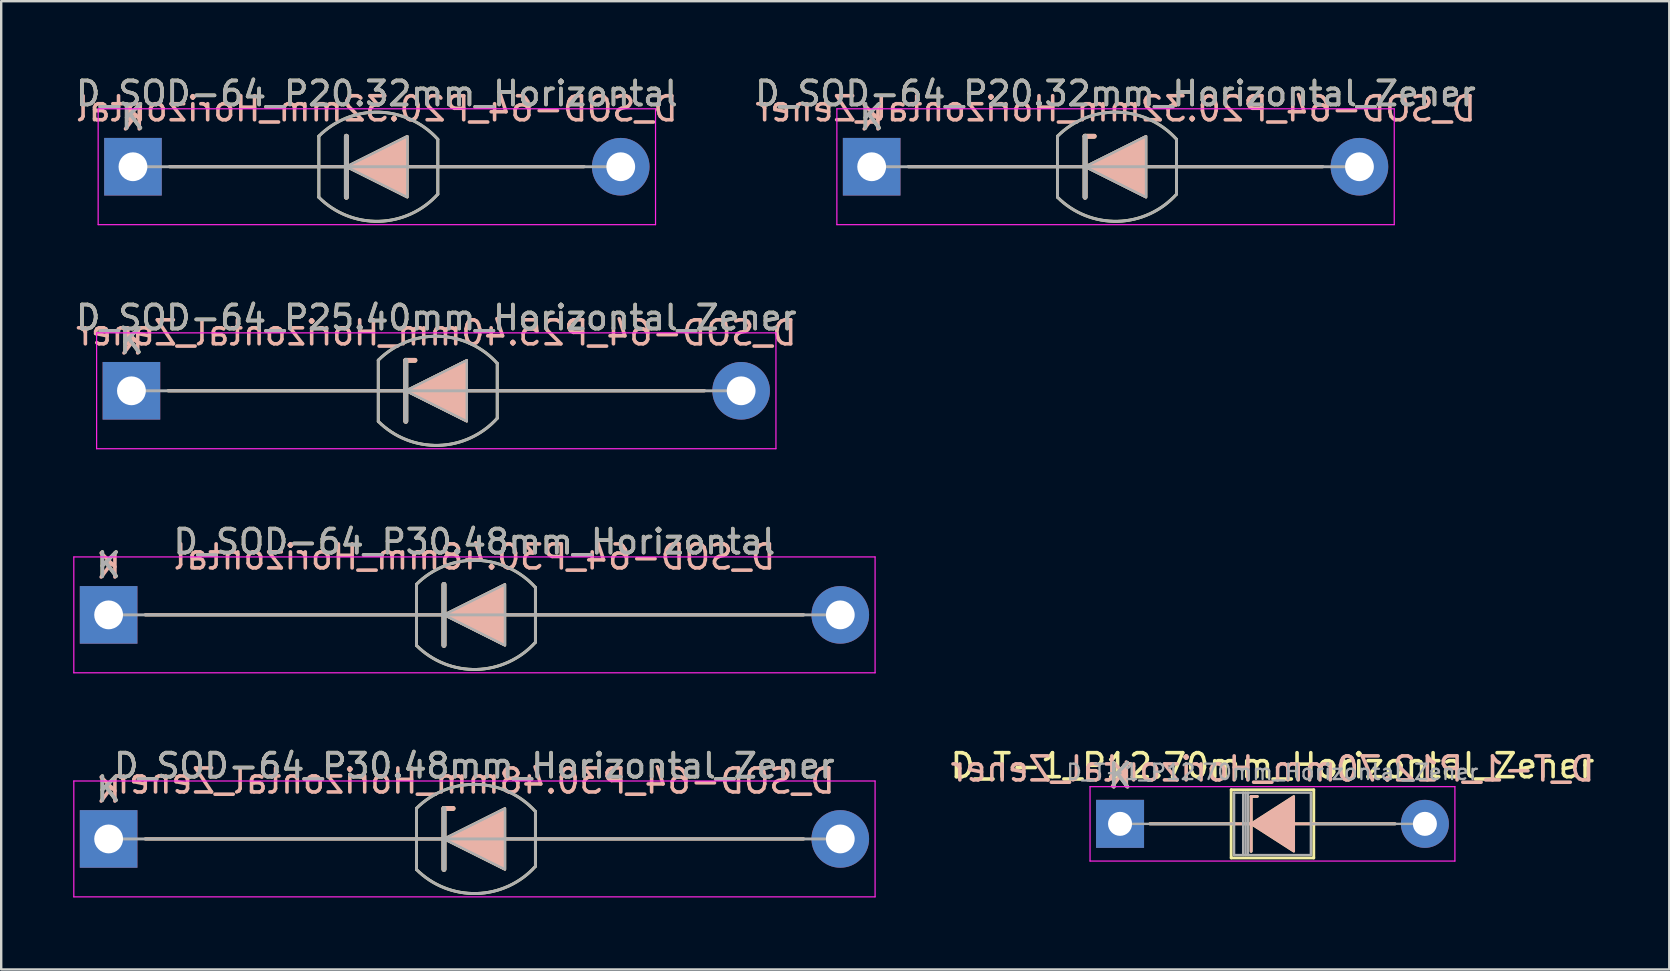
<source format=kicad_pcb>
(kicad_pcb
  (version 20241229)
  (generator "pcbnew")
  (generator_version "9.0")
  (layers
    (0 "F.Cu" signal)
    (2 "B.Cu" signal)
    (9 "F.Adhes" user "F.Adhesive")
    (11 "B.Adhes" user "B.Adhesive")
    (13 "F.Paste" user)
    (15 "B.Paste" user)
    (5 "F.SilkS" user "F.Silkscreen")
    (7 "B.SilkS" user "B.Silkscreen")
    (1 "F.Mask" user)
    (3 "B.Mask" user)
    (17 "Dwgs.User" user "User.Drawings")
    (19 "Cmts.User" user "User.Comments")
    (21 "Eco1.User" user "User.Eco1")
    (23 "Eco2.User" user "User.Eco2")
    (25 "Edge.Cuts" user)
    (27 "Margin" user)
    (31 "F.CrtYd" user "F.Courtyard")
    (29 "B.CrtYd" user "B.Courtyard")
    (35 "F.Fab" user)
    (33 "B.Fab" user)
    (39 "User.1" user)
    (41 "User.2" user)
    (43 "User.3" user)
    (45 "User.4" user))
  (footprint "D_T-1_P12.70mm_Horizontal_Zener"
    (layer "F.Cu")
    (at 43.61 31.271)
    (property "Reference" "D_T-1_P12.70mm_Horizontal_Zener" (at 6.35 -2.42 0) (layer "F.SilkS") (effects (font (size 1 1) (thickness 0.15))))
    (fp_line (start 1.24 0) (end 4.63 0) (stroke (width 0.12) (type solid)) (layer "F.SilkS"))
    (fp_line (start 4.63 -1.42) (end 4.63 1.42) (stroke (width 0.12) (type solid)) (layer "F.SilkS"))
    (fp_line (start 4.63 1.42) (end 8.07 1.42) (stroke (width 0.12) (type solid)) (layer "F.SilkS"))
    (fp_line (start 5.461 -1.143) (end 5.461 1.143) (stroke (width 0.12) (type solid)) (layer "F.SilkS"))
    (fp_line (start 5.461 -1.143) (end 5.715 -1.143) (stroke (width 0.12) (type solid)) (layer "F.SilkS"))
    (fp_line (start 5.588 0) (end 4.63 0) (stroke (width 0.12) (type solid)) (layer "F.SilkS"))
    (fp_line (start 7.239 0) (end 8.07 0) (stroke (width 0.12) (type solid)) (layer "F.SilkS"))
    (fp_line (start 8.07 -1.42) (end 4.63 -1.42) (stroke (width 0.12) (type solid)) (layer "F.SilkS"))
    (fp_line (start 8.07 1.42) (end 8.07 -1.42) (stroke (width 0.12) (type solid)) (layer "F.SilkS"))
    (fp_line (start 11.46 0) (end 8.07 0) (stroke (width 0.12) (type solid)) (layer "F.SilkS"))
    (fp_poly (pts (xy 7.239 1.143) (xy 5.461 0) (xy 7.239 -1.143)) (stroke (width 0.1) (type solid)) (fill yes) (layer "F.SilkS"))
    (fp_line (start 1.24 0) (end 4.63 0) (stroke (width 0.12) (type solid)) (layer "B.SilkS"))
    (fp_line (start 5.461 -1.143) (end 5.715 -1.143) (stroke (width 0.12) (type solid)) (layer "B.SilkS"))
    (fp_line (start 5.461 1.143) (end 5.461 -1.143) (stroke (width 0.12) (type solid)) (layer "B.SilkS"))
    (fp_line (start 5.588 0) (end 4.63 0) (stroke (width 0.12) (type solid)) (layer "B.SilkS"))
    (fp_line (start 7.239 0) (end 8.07 0) (stroke (width 0.12) (type solid)) (layer "B.SilkS"))
    (fp_line (start 11.46 0) (end 8.07 0) (stroke (width 0.12) (type solid)) (layer "B.SilkS"))
    (fp_poly (pts (xy 7.239 -1.143) (xy 5.461 0) (xy 7.239 1.143)) (stroke (width 0.1) (type solid)) (fill yes) (layer "B.SilkS"))
    (fp_line (start -1.25 -1.55) (end -1.25 1.55) (stroke (width 0.05) (type solid)) (layer "F.CrtYd"))
    (fp_line (start -1.25 1.55) (end 13.95 1.55) (stroke (width 0.05) (type solid)) (layer "F.CrtYd"))
    (fp_line (start 13.95 -1.55) (end -1.25 -1.55) (stroke (width 0.05) (type solid)) (layer "F.CrtYd"))
    (fp_line (start 13.95 1.55) (end 13.95 -1.55) (stroke (width 0.05) (type solid)) (layer "F.CrtYd"))
    (fp_line (start 0 0) (end 4.75 0) (stroke (width 0.1) (type solid)) (layer "F.Fab"))
    (fp_line (start 4.75 -1.3) (end 4.75 1.3) (stroke (width 0.1) (type solid)) (layer "F.Fab"))
    (fp_line (start 4.75 1.3) (end 7.95 1.3) (stroke (width 0.1) (type solid)) (layer "F.Fab"))
    (fp_line (start 5.13 -1.3) (end 5.13 1.3) (stroke (width 0.1) (type solid)) (layer "F.Fab"))
    (fp_line (start 5.23 -1.3) (end 5.23 1.3) (stroke (width 0.1) (type solid)) (layer "F.Fab"))
    (fp_line (start 5.33 -1.3) (end 5.33 1.3) (stroke (width 0.1) (type solid)) (layer "F.Fab"))
    (fp_line (start 7.95 -1.3) (end 4.75 -1.3) (stroke (width 0.1) (type solid)) (layer "F.Fab"))
    (fp_line (start 7.95 1.3) (end 7.95 -1.3) (stroke (width 0.1) (type solid)) (layer "F.Fab"))
    (fp_line (start 12.7 0) (end 7.95 0) (stroke (width 0.1) (type solid)) (layer "F.Fab"))
    (fp_text user "K" (at 0 -2 0) (layer "F.SilkS") (effects (font (size 1 1) (thickness 0.15))))
    (fp_text user "${REFERENCE}" (at 6.35 -2.286 0) (layer "B.SilkS") (effects (font (size 1 1) (thickness 0.15)) (justify mirror)))
    (fp_text user "K" (at 0 -2.032 0) (layer "B.SilkS") (effects (font (size 1 1) (thickness 0.15)) (justify mirror)))
    (fp_text user "K" (at 0 -2 0) (layer "F.Fab") (effects (font (size 1 1) (thickness 0.15))))
    (fp_text user "${REFERENCE}" (at 6.35 -2.159 0) (layer "F.Fab") (effects (font (size 0.64 0.64) (thickness 0.096))))
    (pad "1" thru_hole rect (at 0 0) (size 2 2) (drill 1) (layers "*.Cu" "*.Mask"))
    (pad "2" thru_hole oval (at 12.7 0) (size 2 2) (drill 1) (layers "*.Cu" "*.Mask")))
  (footprint "D_SOD-64_P30.48mm_Horizontal_Zener"
    (layer "F.Cu")
    (at 1.475 31.899)
    (property "Reference" "D_SOD-64_P30.48mm_Horizontal_Zener" (at 15.24 -3.048 0) (layer "F.SilkS") (effects (font (size 1 1) (thickness 0.15))))
    (fp_line (start 1.524 0) (end 28.956 0) (stroke (width 0.12) (type solid)) (layer "F.SilkS"))
    (fp_line (start 12.824 1.27) (end 12.824 -1.273) (stroke (width 0.12) (type solid)) (layer "F.SilkS"))
    (fp_line (start 13.97 -1.27) (end 14.351 -1.27) (stroke (width 0.2) (type solid)) (layer "F.SilkS"))
    (fp_line (start 13.97 1.27) (end 13.97 -1.27) (stroke (width 0.2) (type solid)) (layer "F.SilkS"))
    (fp_line (start 17.78 -1.143) (end 17.78 1.143) (stroke (width 0.12) (type solid)) (layer "F.SilkS"))
    (fp_arc (start 12.82366 -1.27334) (mid 15.329833 -2.273039) (end 17.779998 -1.143) (stroke (width 0.12) (type solid)) (layer "F.SilkS"))
    (fp_arc (start 17.78 1.143) (mid 15.330216 2.273029) (end 12.824202 1.273879) (stroke (width 0.12) (type solid)) (layer "F.SilkS"))
    (fp_poly (pts (xy 16.51 1.27) (xy 13.97 0) (xy 16.51 -1.27)) (stroke (width 0.1) (type solid)) (fill yes) (layer "F.SilkS"))
    (fp_line (start 1.524 0) (end 28.956 0) (stroke (width 0.12) (type solid)) (layer "B.SilkS"))
    (fp_line (start 13.97 -1.27) (end 13.97 1.27) (stroke (width 0.2) (type solid)) (layer "B.SilkS"))
    (fp_line (start 13.97 -1.27) (end 14.351 -1.27) (stroke (width 0.2) (type solid)) (layer "B.SilkS"))
    (fp_poly (pts (xy 16.51 -1.27) (xy 13.97 0) (xy 16.51 1.27)) (stroke (width 0.1) (type solid)) (fill yes) (layer "B.SilkS"))
    (fp_line (start -1.45 -2.413) (end -1.45 2.413) (stroke (width 0.05) (type solid)) (layer "F.CrtYd"))
    (fp_line (start -1.45 2.413) (end 31.93 2.413) (stroke (width 0.05) (type solid)) (layer "F.CrtYd"))
    (fp_line (start 31.93 -2.413) (end -1.45 -2.413) (stroke (width 0.05) (type solid)) (layer "F.CrtYd"))
    (fp_line (start 31.93 2.413) (end 31.93 -2.413) (stroke (width 0.05) (type solid)) (layer "F.CrtYd"))
    (fp_line (start 0 0) (end 30.48 0) (stroke (width 0.12) (type solid)) (layer "F.Fab"))
    (fp_line (start 12.824 1.274) (end 12.824 -1.273) (stroke (width 0.12) (type solid)) (layer "F.Fab"))
    (fp_line (start 13.97 1.27) (end 13.97 -1.27) (stroke (width 0.2) (type solid)) (layer "F.Fab"))
    (fp_line (start 17.78 -1.143) (end 17.78 1.143) (stroke (width 0.12) (type solid)) (layer "F.Fab"))
    (fp_arc (start 12.8242 -1.273879) (mid 15.330214 -2.273029) (end 17.779998 -1.143) (stroke (width 0.12) (type solid)) (layer "F.Fab"))
    (fp_arc (start 17.78 1.143) (mid 15.330216 2.273029) (end 12.824202 1.273879) (stroke (width 0.12) (type solid)) (layer "F.Fab"))
    (fp_poly (pts (xy 16.51 1.27) (xy 13.97 0) (xy 16.51 -1.27)) (stroke (width 0.1) (type solid)) (fill no) (layer "F.Fab"))
    (fp_text user "K" (at 0 -2.073 0) (layer "F.SilkS") (effects (font (size 1 1) (thickness 0.15))))
    (fp_text user "${REFERENCE}" (at 15.24 -2.413 0) (layer "B.SilkS") (effects (font (size 1 1) (thickness 0.15)) (justify mirror)))
    (fp_text user "K" (at 0 -2.032 0) (layer "B.SilkS") (effects (font (size 1 1) (thickness 0.15)) (justify mirror)))
    (fp_text user "K" (at 0 -2.073 0) (layer "F.Fab") (effects (font (size 1 1) (thickness 0.15))))
    (fp_text user "${REFERENCE}" (at 15.24 -3.048 0) (layer "F.Fab") (effects (font (size 1 1) (thickness 0.15))))
    (pad "1" thru_hole rect (at 0 0) (size 2.4 2.4) (drill 1.2) (layers "*.Cu" "*.Mask"))
    (pad "2" thru_hole oval (at 30.48 0) (size 2.4 2.4) (drill 1.2) (layers "*.Cu" "*.Mask")))
  (footprint "D_SOD-64_P30.48mm_Horizontal"
    (layer "F.Cu")
    (at 1.475 22.565)
    (property "Reference" "D_SOD-64_P30.48mm_Horizontal" (at 15.24 -3.048 0) (layer "F.SilkS") (effects (font (size 1 1) (thickness 0.15))))
    (fp_line (start 1.524 0) (end 28.956 0) (stroke (width 0.12) (type solid)) (layer "F.SilkS"))
    (fp_line (start 12.824 1.27) (end 12.824 -1.273) (stroke (width 0.12) (type solid)) (layer "F.SilkS"))
    (fp_line (start 13.97 1.27) (end 13.97 -1.27) (stroke (width 0.2) (type solid)) (layer "F.SilkS"))
    (fp_line (start 17.78 -1.143) (end 17.78 1.143) (stroke (width 0.12) (type solid)) (layer "F.SilkS"))
    (fp_arc (start 12.82366 -1.27334) (mid 15.329833 -2.273039) (end 17.779998 -1.143) (stroke (width 0.12) (type solid)) (layer "F.SilkS"))
    (fp_arc (start 17.78 1.143) (mid 15.330216 2.273029) (end 12.824202 1.273879) (stroke (width 0.12) (type solid)) (layer "F.SilkS"))
    (fp_poly (pts (xy 16.51 1.27) (xy 13.97 0) (xy 16.51 -1.27)) (stroke (width 0.1) (type solid)) (fill yes) (layer "F.SilkS"))
    (fp_line (start 1.524 0) (end 28.956 0) (stroke (width 0.12) (type solid)) (layer "B.SilkS"))
    (fp_line (start 13.97 -1.27) (end 13.97 1.27) (stroke (width 0.2) (type solid)) (layer "B.SilkS"))
    (fp_poly (pts (xy 16.51 -1.27) (xy 13.97 0) (xy 16.51 1.27)) (stroke (width 0.1) (type solid)) (fill yes) (layer "B.SilkS"))
    (fp_line (start -1.45 -2.413) (end -1.45 2.413) (stroke (width 0.05) (type solid)) (layer "F.CrtYd"))
    (fp_line (start -1.45 2.413) (end 31.93 2.413) (stroke (width 0.05) (type solid)) (layer "F.CrtYd"))
    (fp_line (start 31.93 -2.413) (end -1.45 -2.413) (stroke (width 0.05) (type solid)) (layer "F.CrtYd"))
    (fp_line (start 31.93 2.413) (end 31.93 -2.413) (stroke (width 0.05) (type solid)) (layer "F.CrtYd"))
    (fp_line (start 0 0) (end 30.48 0) (stroke (width 0.12) (type solid)) (layer "F.Fab"))
    (fp_line (start 12.824 1.274) (end 12.824 -1.273) (stroke (width 0.12) (type solid)) (layer "F.Fab"))
    (fp_line (start 13.97 1.27) (end 13.97 -1.27) (stroke (width 0.2) (type solid)) (layer "F.Fab"))
    (fp_line (start 17.78 -1.143) (end 17.78 1.143) (stroke (width 0.12) (type solid)) (layer "F.Fab"))
    (fp_arc (start 12.8242 -1.273879) (mid 15.330214 -2.273029) (end 17.779998 -1.143) (stroke (width 0.12) (type solid)) (layer "F.Fab"))
    (fp_arc (start 17.78 1.143) (mid 15.330216 2.273029) (end 12.824202 1.273879) (stroke (width 0.12) (type solid)) (layer "F.Fab"))
    (fp_poly (pts (xy 16.51 1.27) (xy 13.97 0) (xy 16.51 -1.27)) (stroke (width 0.1) (type solid)) (fill no) (layer "F.Fab"))
    (fp_text user "K" (at 0 -2.073 0) (layer "F.SilkS") (effects (font (size 1 1) (thickness 0.15))))
    (fp_text user "${REFERENCE}" (at 15.24 -2.413 0) (layer "B.SilkS") (effects (font (size 1 1) (thickness 0.15)) (justify mirror)))
    (fp_text user "K" (at 0 -2.032 0) (layer "B.SilkS") (effects (font (size 1 1) (thickness 0.15)) (justify mirror)))
    (fp_text user "${REFERENCE}" (at 15.24 -3.048 0) (layer "F.Fab") (effects (font (size 1 1) (thickness 0.15))))
    (fp_text user "K" (at 0 -2.073 0) (layer "F.Fab") (effects (font (size 1 1) (thickness 0.15))))
    (pad "1" thru_hole rect (at 0 0) (size 2.4 2.4) (drill 1.2) (layers "*.Cu" "*.Mask"))
    (pad "2" thru_hole oval (at 30.48 0) (size 2.4 2.4) (drill 1.2) (layers "*.Cu" "*.Mask")))
  (footprint "D_SOD-64_P20.32mm_Horizontal"
    (layer "F.Cu")
    (at 2.489 3.896)
    (property "Reference" "D_SOD-64_P20.32mm_Horizontal" (at 10.16 -3.048 0) (layer "F.SilkS") (effects (font (size 1 1) (thickness 0.15))))
    (fp_line (start 1.524 0) (end 18.796 0) (stroke (width 0.12) (type solid)) (layer "F.SilkS"))
    (fp_line (start 7.744 1.27) (end 7.744 -1.273) (stroke (width 0.12) (type solid)) (layer "F.SilkS"))
    (fp_line (start 8.89 1.27) (end 8.89 -1.27) (stroke (width 0.2) (type solid)) (layer "F.SilkS"))
    (fp_line (start 12.7 -1.143) (end 12.7 1.143) (stroke (width 0.12) (type solid)) (layer "F.SilkS"))
    (fp_arc (start 7.74366 -1.27334) (mid 10.249833 -2.273039) (end 12.699998 -1.143) (stroke (width 0.12) (type solid)) (layer "F.SilkS"))
    (fp_arc (start 12.7 1.143) (mid 10.250216 2.273029) (end 7.744202 1.273879) (stroke (width 0.12) (type solid)) (layer "F.SilkS"))
    (fp_poly (pts (xy 11.43 1.27) (xy 8.89 0) (xy 11.43 -1.27)) (stroke (width 0.1) (type solid)) (fill yes) (layer "F.SilkS"))
    (fp_line (start 1.524 0) (end 18.796 0) (stroke (width 0.12) (type solid)) (layer "B.SilkS"))
    (fp_line (start 8.89 -1.27) (end 8.89 1.27) (stroke (width 0.2) (type solid)) (layer "B.SilkS"))
    (fp_poly (pts (xy 11.43 -1.27) (xy 8.89 0) (xy 11.43 1.27)) (stroke (width 0.1) (type solid)) (fill yes) (layer "B.SilkS"))
    (fp_line (start -1.45 -2.413) (end -1.45 2.413) (stroke (width 0.05) (type solid)) (layer "F.CrtYd"))
    (fp_line (start -1.45 2.413) (end 21.77 2.413) (stroke (width 0.05) (type solid)) (layer "F.CrtYd"))
    (fp_line (start 21.77 -2.413) (end -1.45 -2.413) (stroke (width 0.05) (type solid)) (layer "F.CrtYd"))
    (fp_line (start 21.77 2.413) (end 21.77 -2.413) (stroke (width 0.05) (type solid)) (layer "F.CrtYd"))
    (fp_line (start 0 0) (end 20.32 0) (stroke (width 0.12) (type solid)) (layer "F.Fab"))
    (fp_line (start 7.744 1.274) (end 7.744 -1.273) (stroke (width 0.12) (type solid)) (layer "F.Fab"))
    (fp_line (start 8.89 1.27) (end 8.89 -1.27) (stroke (width 0.2) (type solid)) (layer "F.Fab"))
    (fp_line (start 12.7 -1.143) (end 12.7 1.143) (stroke (width 0.12) (type solid)) (layer "F.Fab"))
    (fp_arc (start 7.7442 -1.273879) (mid 10.250214 -2.273029) (end 12.699998 -1.143) (stroke (width 0.12) (type solid)) (layer "F.Fab"))
    (fp_arc (start 12.7 1.143) (mid 10.250216 2.273029) (end 7.744202 1.273879) (stroke (width 0.12) (type solid)) (layer "F.Fab"))
    (fp_poly (pts (xy 11.43 1.27) (xy 8.89 0) (xy 11.43 -1.27)) (stroke (width 0.1) (type solid)) (fill no) (layer "F.Fab"))
    (fp_text user "K" (at 0 -2.073 0) (layer "F.SilkS") (effects (font (size 1 1) (thickness 0.15))))
    (fp_text user "K" (at 0 -2.032 0) (layer "B.SilkS") (effects (font (size 1 1) (thickness 0.15)) (justify mirror)))
    (fp_text user "${REFERENCE}" (at 10.16 -2.413 0) (layer "B.SilkS") (effects (font (size 1 1) (thickness 0.15)) (justify mirror)))
    (fp_text user "K" (at 0 -2.073 0) (layer "F.Fab") (effects (font (size 1 1) (thickness 0.15))))
    (fp_text user "${REFERENCE}" (at 10.16 -3.048 0) (layer "F.Fab") (effects (font (size 1 1) (thickness 0.15))))
    (pad "1" thru_hole rect (at 0 0) (size 2.4 2.4) (drill 1.2) (layers "*.Cu" "*.Mask"))
    (pad "2" thru_hole oval (at 20.32 0) (size 2.4 2.4) (drill 1.2) (layers "*.Cu" "*.Mask")))
  (footprint "D_SOD-64_P25.40mm_Horizontal_Zener"
    (layer "F.Cu")
    (at 2.425 13.23)
    (property "Reference" "D_SOD-64_P25.40mm_Horizontal_Zener" (at 12.7 -3.048 0) (layer "F.SilkS") (effects (font (size 1 1) (thickness 0.15))))
    (fp_line (start 1.524 0) (end 23.876 0) (stroke (width 0.12) (type solid)) (layer "F.SilkS"))
    (fp_line (start 10.284 1.27) (end 10.284 -1.273) (stroke (width 0.12) (type solid)) (layer "F.SilkS"))
    (fp_line (start 11.43 -1.27) (end 11.811 -1.27) (stroke (width 0.2) (type solid)) (layer "F.SilkS"))
    (fp_line (start 11.43 1.27) (end 11.43 -1.27) (stroke (width 0.2) (type solid)) (layer "F.SilkS"))
    (fp_line (start 15.24 -1.143) (end 15.24 1.143) (stroke (width 0.12) (type solid)) (layer "F.SilkS"))
    (fp_arc (start 10.28366 -1.27334) (mid 12.789833 -2.273039) (end 15.239998 -1.143) (stroke (width 0.12) (type solid)) (layer "F.SilkS"))
    (fp_arc (start 15.24 1.143) (mid 12.790216 2.273029) (end 10.284202 1.273879) (stroke (width 0.12) (type solid)) (layer "F.SilkS"))
    (fp_poly (pts (xy 13.97 1.27) (xy 11.43 0) (xy 13.97 -1.27)) (stroke (width 0.1) (type solid)) (fill yes) (layer "F.SilkS"))
    (fp_line (start 1.524 0) (end 23.876 0) (stroke (width 0.12) (type solid)) (layer "B.SilkS"))
    (fp_line (start 11.43 -1.27) (end 11.43 1.27) (stroke (width 0.2) (type solid)) (layer "B.SilkS"))
    (fp_line (start 11.43 -1.27) (end 11.811 -1.27) (stroke (width 0.2) (type solid)) (layer "B.SilkS"))
    (fp_poly (pts (xy 13.97 -1.27) (xy 11.43 0) (xy 13.97 1.27)) (stroke (width 0.1) (type solid)) (fill yes) (layer "B.SilkS"))
    (fp_line (start -1.45 -2.413) (end -1.45 2.413) (stroke (width 0.05) (type solid)) (layer "F.CrtYd"))
    (fp_line (start -1.45 2.413) (end 26.85 2.413) (stroke (width 0.05) (type solid)) (layer "F.CrtYd"))
    (fp_line (start 26.85 -2.413) (end -1.45 -2.413) (stroke (width 0.05) (type solid)) (layer "F.CrtYd"))
    (fp_line (start 26.85 2.413) (end 26.85 -2.413) (stroke (width 0.05) (type solid)) (layer "F.CrtYd"))
    (fp_line (start 0 0) (end 25.4 0) (stroke (width 0.12) (type solid)) (layer "F.Fab"))
    (fp_line (start 10.284 1.274) (end 10.284 -1.273) (stroke (width 0.12) (type solid)) (layer "F.Fab"))
    (fp_line (start 11.43 1.27) (end 11.43 -1.27) (stroke (width 0.2) (type solid)) (layer "F.Fab"))
    (fp_line (start 15.24 -1.143) (end 15.24 1.143) (stroke (width 0.12) (type solid)) (layer "F.Fab"))
    (fp_arc (start 10.2842 -1.273879) (mid 12.790214 -2.273029) (end 15.239998 -1.143) (stroke (width 0.12) (type solid)) (layer "F.Fab"))
    (fp_arc (start 15.24 1.143) (mid 12.790216 2.273029) (end 10.284202 1.273879) (stroke (width 0.12) (type solid)) (layer "F.Fab"))
    (fp_poly (pts (xy 13.97 1.27) (xy 11.43 0) (xy 13.97 -1.27)) (stroke (width 0.1) (type solid)) (fill no) (layer "F.Fab"))
    (fp_text user "K" (at 0 -2.073 0) (layer "F.SilkS") (effects (font (size 1 1) (thickness 0.15))))
    (fp_text user "${REFERENCE}" (at 12.7 -2.413 0) (layer "B.SilkS") (effects (font (size 1 1) (thickness 0.15)) (justify mirror)))
    (fp_text user "K" (at 0 -2.032 0) (layer "B.SilkS") (effects (font (size 1 1) (thickness 0.15)) (justify mirror)))
    (fp_text user "K" (at 0 -2.073 0) (layer "F.Fab") (effects (font (size 1 1) (thickness 0.15))))
    (fp_text user "${REFERENCE}" (at 12.7 -3.048 0) (layer "F.Fab") (effects (font (size 1 1) (thickness 0.15))))
    (pad "1" thru_hole rect (at 0 0) (size 2.4 2.4) (drill 1.2) (layers "*.Cu" "*.Mask"))
    (pad "2" thru_hole oval (at 25.4 0) (size 2.4 2.4) (drill 1.2) (layers "*.Cu" "*.Mask")))
  (footprint "D_SOD-64_P20.32mm_Horizontal_Zener"
    (layer "F.Cu")
    (at 33.263 3.896)
    (property "Reference" "D_SOD-64_P20.32mm_Horizontal_Zener" (at 10.16 -3.048 0) (layer "F.SilkS") (effects (font (size 1 1) (thickness 0.15))))
    (fp_line (start 1.524 0) (end 18.796 0) (stroke (width 0.12) (type solid)) (layer "F.SilkS"))
    (fp_line (start 7.744 1.27) (end 7.744 -1.273) (stroke (width 0.12) (type solid)) (layer "F.SilkS"))
    (fp_line (start 8.89 -1.27) (end 9.271 -1.27) (stroke (width 0.2) (type solid)) (layer "F.SilkS"))
    (fp_line (start 8.89 1.27) (end 8.89 -1.27) (stroke (width 0.2) (type solid)) (layer "F.SilkS"))
    (fp_line (start 12.7 -1.143) (end 12.7 1.143) (stroke (width 0.12) (type solid)) (layer "F.SilkS"))
    (fp_arc (start 7.74366 -1.27334) (mid 10.249833 -2.273039) (end 12.699998 -1.143) (stroke (width 0.12) (type solid)) (layer "F.SilkS"))
    (fp_arc (start 12.7 1.143) (mid 10.250216 2.273029) (end 7.744202 1.273879) (stroke (width 0.12) (type solid)) (layer "F.SilkS"))
    (fp_poly (pts (xy 11.43 1.27) (xy 8.89 0) (xy 11.43 -1.27)) (stroke (width 0.1) (type solid)) (fill yes) (layer "F.SilkS"))
    (fp_line (start 1.524 0) (end 18.796 0) (stroke (width 0.12) (type solid)) (layer "B.SilkS"))
    (fp_line (start 8.89 -1.27) (end 8.89 1.27) (stroke (width 0.2) (type solid)) (layer "B.SilkS"))
    (fp_line (start 8.89 -1.27) (end 9.271 -1.27) (stroke (width 0.2) (type solid)) (layer "B.SilkS"))
    (fp_poly (pts (xy 11.43 -1.27) (xy 8.89 0) (xy 11.43 1.27)) (stroke (width 0.1) (type solid)) (fill yes) (layer "B.SilkS"))
    (fp_line (start -1.45 -2.413) (end -1.45 2.413) (stroke (width 0.05) (type solid)) (layer "F.CrtYd"))
    (fp_line (start -1.45 2.413) (end 21.77 2.413) (stroke (width 0.05) (type solid)) (layer "F.CrtYd"))
    (fp_line (start 21.77 -2.413) (end -1.45 -2.413) (stroke (width 0.05) (type solid)) (layer "F.CrtYd"))
    (fp_line (start 21.77 2.413) (end 21.77 -2.413) (stroke (width 0.05) (type solid)) (layer "F.CrtYd"))
    (fp_line (start 0 0) (end 20.32 0) (stroke (width 0.12) (type solid)) (layer "F.Fab"))
    (fp_line (start 7.744 1.274) (end 7.744 -1.273) (stroke (width 0.12) (type solid)) (layer "F.Fab"))
    (fp_line (start 8.89 1.27) (end 8.89 -1.27) (stroke (width 0.2) (type solid)) (layer "F.Fab"))
    (fp_line (start 12.7 -1.143) (end 12.7 1.143) (stroke (width 0.12) (type solid)) (layer "F.Fab"))
    (fp_arc (start 7.7442 -1.273879) (mid 10.250214 -2.273029) (end 12.699998 -1.143) (stroke (width 0.12) (type solid)) (layer "F.Fab"))
    (fp_arc (start 12.7 1.143) (mid 10.250216 2.273029) (end 7.744202 1.273879) (stroke (width 0.12) (type solid)) (layer "F.Fab"))
    (fp_poly (pts (xy 11.43 1.27) (xy 8.89 0) (xy 11.43 -1.27)) (stroke (width 0.1) (type solid)) (fill no) (layer "F.Fab"))
    (fp_text user "K" (at 0 -2.073 0) (layer "F.SilkS") (effects (font (size 1 1) (thickness 0.15))))
    (fp_text user "K" (at 0 -2.032 0) (layer "B.SilkS") (effects (font (size 1 1) (thickness 0.15)) (justify mirror)))
    (fp_text user "${REFERENCE}" (at 10.16 -2.413 0) (layer "B.SilkS") (effects (font (size 1 1) (thickness 0.15)) (justify mirror)))
    (fp_text user "K" (at 0 -2.073 0) (layer "F.Fab") (effects (font (size 1 1) (thickness 0.15))))
    (fp_text user "${REFERENCE}" (at 10.16 -3.048 0) (layer "F.Fab") (effects (font (size 1 1) (thickness 0.15))))
    (pad "1" thru_hole rect (at 0 0) (size 2.4 2.4) (drill 1.2) (layers "*.Cu" "*.Mask"))
    (pad "2" thru_hole oval (at 20.32 0) (size 2.4 2.4) (drill 1.2) (layers "*.Cu" "*.Mask")))
  (gr_rect
    (start -3 -3)
    (end 66.49 37.337)
    (stroke (width 0.1) (type default))
    (fill no)
    (layer "Edge.Cuts")))
</source>
